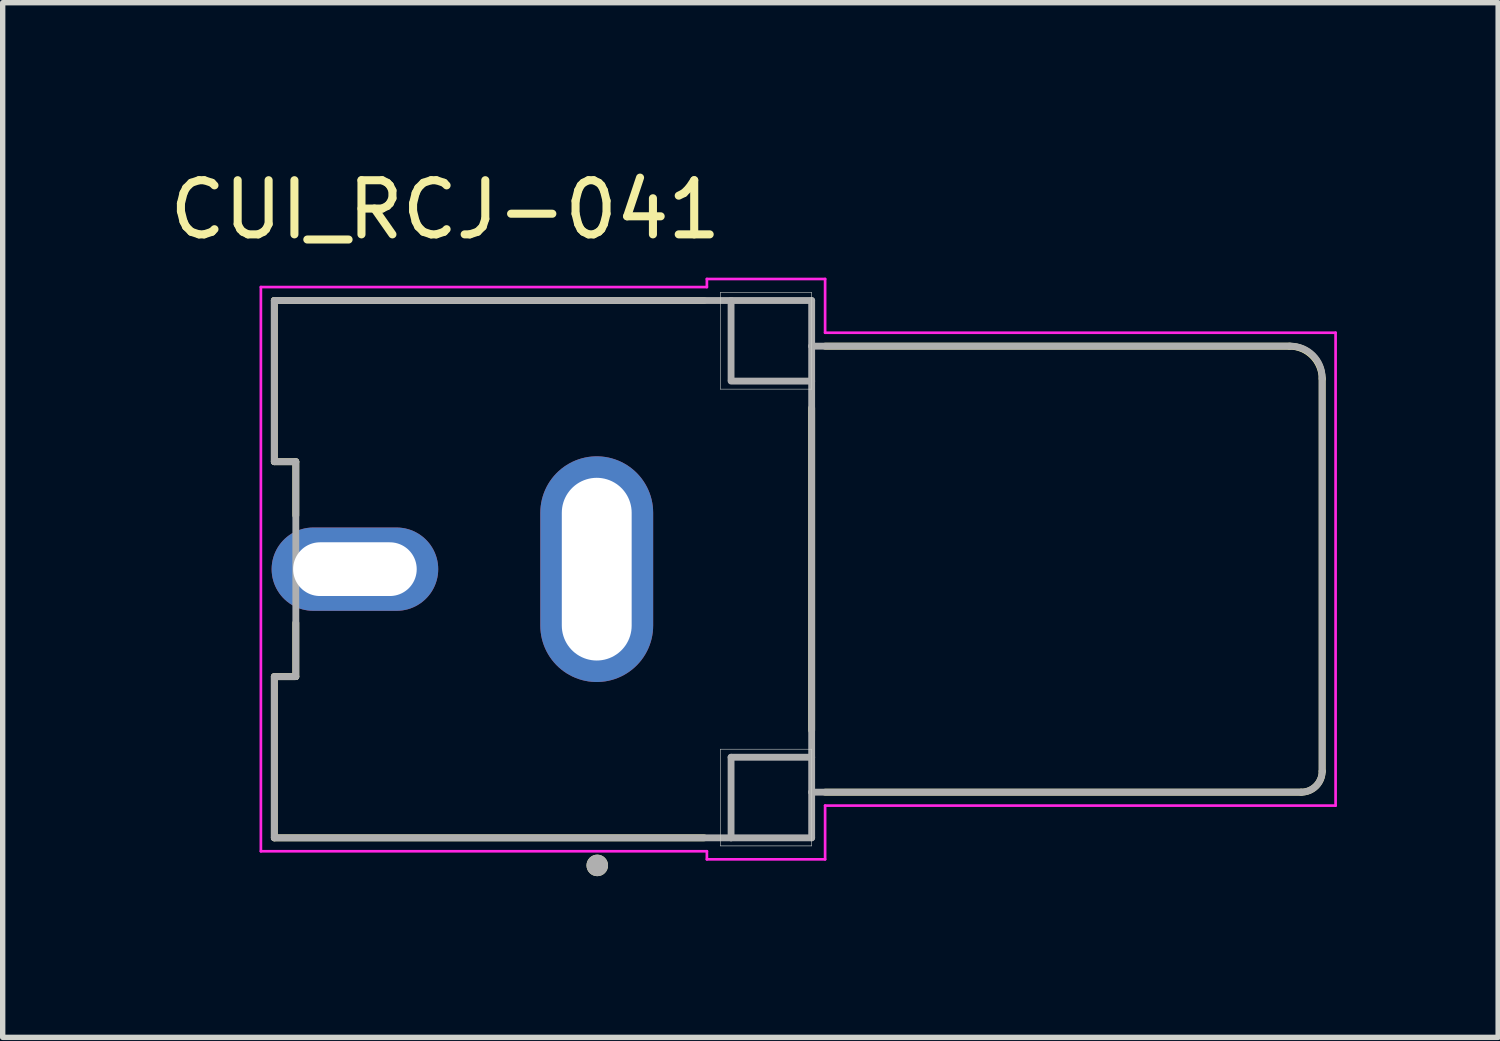
<source format=kicad_pcb>
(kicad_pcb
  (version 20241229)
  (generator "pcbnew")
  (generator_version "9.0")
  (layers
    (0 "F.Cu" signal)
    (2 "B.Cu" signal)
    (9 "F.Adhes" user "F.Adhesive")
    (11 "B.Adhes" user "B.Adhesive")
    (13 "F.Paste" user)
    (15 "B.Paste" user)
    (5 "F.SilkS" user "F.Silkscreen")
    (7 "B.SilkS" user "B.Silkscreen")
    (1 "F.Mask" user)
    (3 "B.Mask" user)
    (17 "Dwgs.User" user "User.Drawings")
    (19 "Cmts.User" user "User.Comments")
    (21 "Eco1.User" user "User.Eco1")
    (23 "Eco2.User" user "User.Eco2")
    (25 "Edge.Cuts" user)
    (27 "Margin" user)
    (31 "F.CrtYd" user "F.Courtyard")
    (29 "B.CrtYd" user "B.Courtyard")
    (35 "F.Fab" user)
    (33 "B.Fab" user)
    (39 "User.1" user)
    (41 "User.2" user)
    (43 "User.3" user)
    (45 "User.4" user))
  (footprint "CUI_RCJ-041"
    (layer "F.Cu")
    (at 12.055 7.542)
    (property "Reference" "CUI_RCJ-041" (at -6.818 -6.689 0) (layer "F.SilkS") (effects (font (size 1.008 1.008) (thickness 0.15))))
    (attr through_hole)
    (fp_line (start -10 -5) (end -2 -5) (stroke (width 0.127) (type solid)) (layer "F.SilkS"))
    (fp_line (start -10 -2) (end -10 -5) (stroke (width 0.127) (type solid)) (layer "F.SilkS"))
    (fp_line (start -10 2) (end -9.6 2) (stroke (width 0.127) (type solid)) (layer "F.SilkS"))
    (fp_line (start -10 5) (end -10 2) (stroke (width 0.127) (type solid)) (layer "F.SilkS"))
    (fp_line (start -10 5) (end -2 5) (stroke (width 0.127) (type solid)) (layer "F.SilkS"))
    (fp_line (start -9.6 -2) (end -10 -2) (stroke (width 0.127) (type solid)) (layer "F.SilkS"))
    (fp_line (start -9.6 -1) (end -9.6 -2) (stroke (width 0.127) (type solid)) (layer "F.SilkS"))
    (fp_line (start -9.6 2) (end -9.6 1) (stroke (width 0.127) (type solid)) (layer "F.SilkS"))
    (fp_line (start 0 3) (end 0 -3) (stroke (width 0.127) (type solid)) (layer "F.SilkS"))
    (fp_line (start 0.25 -4.15) (end 8.89 -4.15) (stroke (width 0.127) (type solid)) (layer "F.SilkS"))
    (fp_line (start 9.11 4.15) (end 0.25 4.15) (stroke (width 0.127) (type solid)) (layer "F.SilkS"))
    (fp_line (start 9.5 -3.54) (end 9.5 3.76) (stroke (width 0.127) (type solid)) (layer "F.SilkS"))
    (fp_arc (start 8.89 -4.15) (mid 9.321335 -3.971335) (end 9.5 -3.54) (stroke (width 0.127) (type solid)) (layer "F.SilkS"))
    (fp_arc (start 9.5 3.76) (mid 9.385772 4.035772) (end 9.11 4.15) (stroke (width 0.127) (type solid)) (layer "F.SilkS"))
    (fp_circle (center -3.99 5.513) (end -3.89 5.513) (stroke (width 0.2) (type solid)) (fill no) (layer "F.SilkS"))
    (fp_line (start -1.7 -5.15) (end -1.7 -3.35) (stroke (width 0.01) (type solid)) (layer "Edge.Cuts"))
    (fp_line (start -1.7 -3.35) (end 0 -3.35) (stroke (width 0.01) (type solid)) (layer "Edge.Cuts"))
    (fp_line (start -1.7 3.35) (end -1.7 5.15) (stroke (width 0.01) (type solid)) (layer "Edge.Cuts"))
    (fp_line (start -1.7 5.15) (end 0 5.15) (stroke (width 0.01) (type solid)) (layer "Edge.Cuts"))
    (fp_line (start 0 -5.15) (end -1.7 -5.15) (stroke (width 0.01) (type solid)) (layer "Edge.Cuts"))
    (fp_line (start 0 -3.35) (end 0 -5.15) (stroke (width 0.01) (type solid)) (layer "Edge.Cuts"))
    (fp_line (start 0 3.35) (end -1.7 3.35) (stroke (width 0.01) (type solid)) (layer "Edge.Cuts"))
    (fp_line (start 0 5.15) (end 0 3.35) (stroke (width 0.01) (type solid)) (layer "Edge.Cuts"))
    (fp_line (start -10.25 -5.25) (end -10.25 5.25) (stroke (width 0.05) (type solid)) (layer "F.CrtYd"))
    (fp_line (start -10.25 5.25) (end -1.95 5.25) (stroke (width 0.05) (type solid)) (layer "F.CrtYd"))
    (fp_line (start -1.95 -5.4) (end -1.95 -5.25) (stroke (width 0.05) (type solid)) (layer "F.CrtYd"))
    (fp_line (start -1.95 -5.25) (end -10.25 -5.25) (stroke (width 0.05) (type solid)) (layer "F.CrtYd"))
    (fp_line (start -1.95 5.25) (end -1.95 5.4) (stroke (width 0.05) (type solid)) (layer "F.CrtYd"))
    (fp_line (start -1.95 5.4) (end 0.25 5.4) (stroke (width 0.05) (type solid)) (layer "F.CrtYd"))
    (fp_line (start 0.25 -5.4) (end -1.95 -5.4) (stroke (width 0.05) (type solid)) (layer "F.CrtYd"))
    (fp_line (start 0.25 -4.4) (end 0.25 -5.4) (stroke (width 0.05) (type solid)) (layer "F.CrtYd"))
    (fp_line (start 0.25 4.4) (end 9.75 4.4) (stroke (width 0.05) (type solid)) (layer "F.CrtYd"))
    (fp_line (start 0.25 5.4) (end 0.25 4.4) (stroke (width 0.05) (type solid)) (layer "F.CrtYd"))
    (fp_line (start 9.75 -4.4) (end 0.25 -4.4) (stroke (width 0.05) (type solid)) (layer "F.CrtYd"))
    (fp_line (start 9.75 4.4) (end 9.75 -4.4) (stroke (width 0.05) (type solid)) (layer "F.CrtYd"))
    (fp_line (start -10 -5) (end -1.5 -5) (stroke (width 0.127) (type solid)) (layer "F.Fab"))
    (fp_line (start -10 -2) (end -10 -5) (stroke (width 0.127) (type solid)) (layer "F.Fab"))
    (fp_line (start -10 2) (end -9.6 2) (stroke (width 0.127) (type solid)) (layer "F.Fab"))
    (fp_line (start -10 5) (end -10 2) (stroke (width 0.127) (type solid)) (layer "F.Fab"))
    (fp_line (start -9.6 -2) (end -10 -2) (stroke (width 0.127) (type solid)) (layer "F.Fab"))
    (fp_line (start -9.6 2) (end -9.6 -2) (stroke (width 0.127) (type solid)) (layer "F.Fab"))
    (fp_line (start -1.5 -5) (end -1.5 -3.525) (stroke (width 0.127) (type solid)) (layer "F.Fab"))
    (fp_line (start -1.5 -5) (end 0 -5) (stroke (width 0.127) (type solid)) (layer "F.Fab"))
    (fp_line (start -1.5 -3.5) (end 0 -3.5) (stroke (width 0.127) (type solid)) (layer "F.Fab"))
    (fp_line (start -1.5 3.5) (end 0 3.5) (stroke (width 0.127) (type solid)) (layer "F.Fab"))
    (fp_line (start -1.5 5) (end -10 5) (stroke (width 0.127) (type solid)) (layer "F.Fab"))
    (fp_line (start -1.5 5) (end -1.5 3.5) (stroke (width 0.127) (type solid)) (layer "F.Fab"))
    (fp_line (start 0 -5) (end 0 -4.15) (stroke (width 0.127) (type solid)) (layer "F.Fab"))
    (fp_line (start 0 -4.15) (end 0 -3.5) (stroke (width 0.127) (type solid)) (layer "F.Fab"))
    (fp_line (start 0 -4.15) (end 8.91 -4.15) (stroke (width 0.127) (type solid)) (layer "F.Fab"))
    (fp_line (start 0 -3.5) (end 0 3.5) (stroke (width 0.127) (type solid)) (layer "F.Fab"))
    (fp_line (start 0 3.5) (end 0 4.15) (stroke (width 0.127) (type solid)) (layer "F.Fab"))
    (fp_line (start 0 4.15) (end 0 5) (stroke (width 0.127) (type solid)) (layer "F.Fab"))
    (fp_line (start 0 5) (end -1.5 5) (stroke (width 0.127) (type solid)) (layer "F.Fab"))
    (fp_line (start 9.11 4.15) (end 0 4.15) (stroke (width 0.127) (type solid)) (layer "F.Fab"))
    (fp_line (start 9.5 -3.56) (end 9.5 3.76) (stroke (width 0.127) (type solid)) (layer "F.Fab"))
    (fp_arc (start 8.91 -4.15) (mid 9.327193 -3.977193) (end 9.5 -3.56) (stroke (width 0.127) (type solid)) (layer "F.Fab"))
    (fp_arc (start 9.5 3.76) (mid 9.385772 4.035772) (end 9.11 4.15) (stroke (width 0.127) (type solid)) (layer "F.Fab"))
    (fp_circle (center -3.99 5.513) (end -3.89 5.513) (stroke (width 0.2) (type solid)) (fill no) (layer "F.Fab"))
    (pad "1" thru_hole oval (at -4 0) (size 2.1 4.2) (drill oval 1.3 3.4) (layers "*.Cu" "*.Mask"))
    (pad "2" thru_hole oval (at -8.5 0) (size 3.1 1.55) (drill oval 2.3 1) (layers "*.Cu" "*.Mask")))
  (gr_rect
    (start -3 -3)
    (end 24.83 16.255)
    (stroke (width 0.1) (type default))
    (fill no)
    (layer "Edge.Cuts")))
</source>
